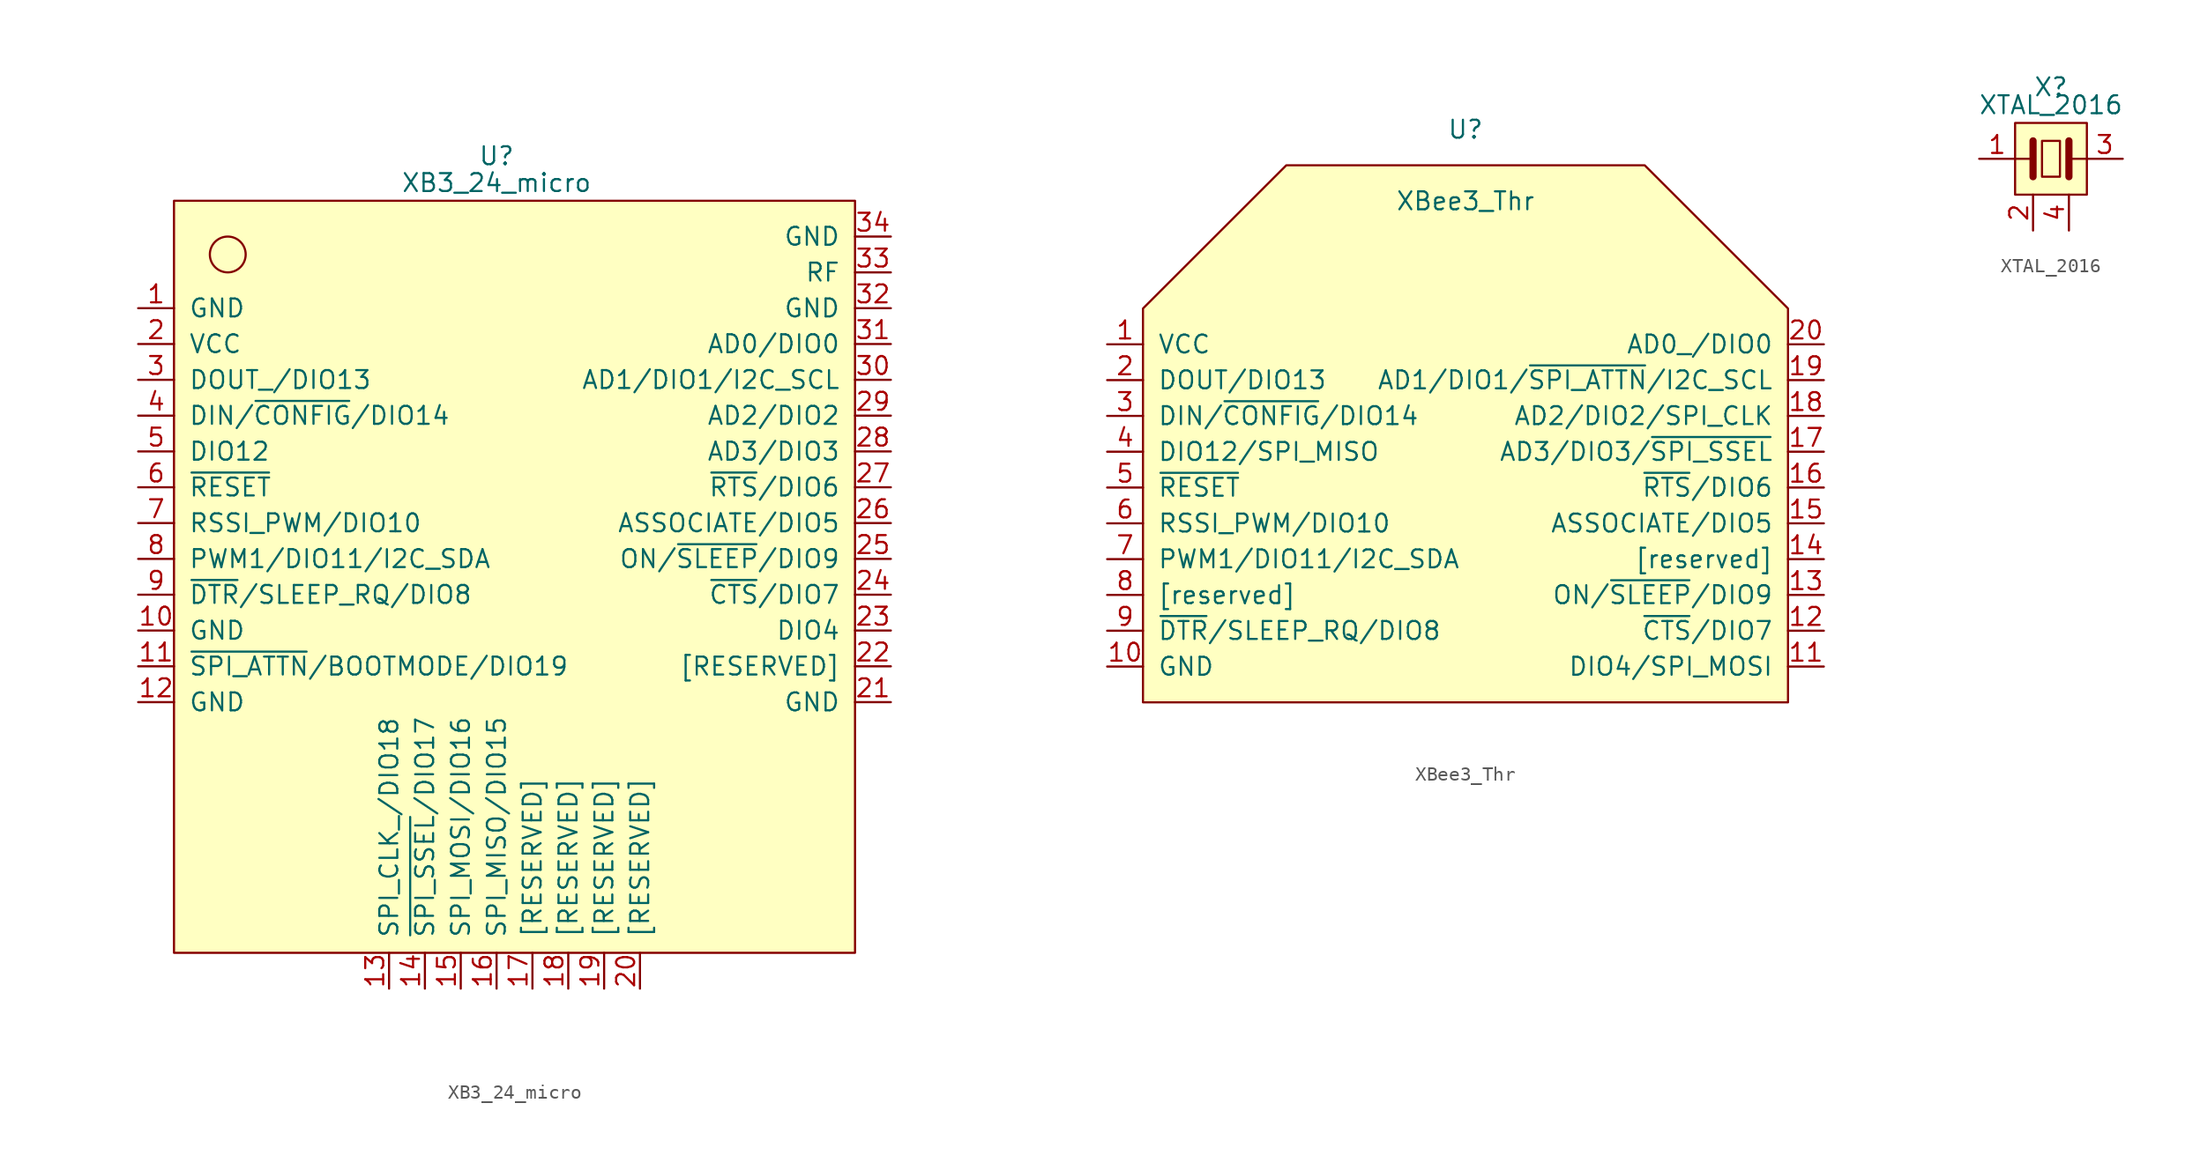
<source format=kicad_sym>
(kicad_symbol_lib
  (version 20211014)
  (generator kicad_symbol_editor)
  (symbol "XB3_24_micro"
    (pin_names
      (offset 1.016))
    (property "Reference" "U"
      (at 0 0.635 0)
      (effects (font (size 1.27 1.27))))
    (property "Value" "XB3_24_micro"
      (at 0 -1.27 0)
      (effects (font (size 1.27 1.27))))
    (symbol "XB3_24_micro_0_1"
      (rectangle (start -22.86 -2.54) (end 25.4 -55.88) (stroke (width 0) (type default) (color 0 0 0 0)) (fill (type background)))
      (circle (center -19.05 -6.35) (radius 1.27) (stroke (width 0) (type default) (color 0 0 0 0)) (fill (type none))))
    (symbol "XB3_24_micro_1_1"
      (pin input line (at -25.4 -10.16 0) (length 2.54) (name "GND" (effects (font (size 1.27 1.27)))) (number "1" (effects (font (size 1.27 1.27)))))
      (pin input line (at -25.4 -33.02 0) (length 2.54) (name "GND" (effects (font (size 1.27 1.27)))) (number "10" (effects (font (size 1.27 1.27)))))
      (pin input line (at -25.4 -35.56 0) (length 2.54) (name "~{SPI_ATTN}/BOOTMODE/DIO19" (effects (font (size 1.27 1.27)))) (number "11" (effects (font (size 1.27 1.27)))))
      (pin input line (at -25.4 -38.1 0) (length 2.54) (name "GND" (effects (font (size 1.27 1.27)))) (number "12" (effects (font (size 1.27 1.27)))))
      (pin input line (at -7.62 -58.42 90) (length 2.54) (name "SPI_CLK_/DIO18" (effects (font (size 1.27 1.27)))) (number "13" (effects (font (size 1.27 1.27)))))
      (pin input line (at -5.08 -58.42 90) (length 2.54) (name "~{SPI_SSEL}/DIO17" (effects (font (size 1.27 1.27)))) (number "14" (effects (font (size 1.27 1.27)))))
      (pin input line (at -2.54 -58.42 90) (length 2.54) (name "SPI_MOSI/DIO16" (effects (font (size 1.27 1.27)))) (number "15" (effects (font (size 1.27 1.27)))))
      (pin input line (at 0 -58.42 90) (length 2.54) (name "SPI_MISO/DIO15" (effects (font (size 1.27 1.27)))) (number "16" (effects (font (size 1.27 1.27)))))
      (pin input line (at 2.54 -58.42 90) (length 2.54) (name "[RESERVED]" (effects (font (size 1.27 1.27)))) (number "17" (effects (font (size 1.27 1.27)))))
      (pin input line (at 5.08 -58.42 90) (length 2.54) (name "[RESERVED]" (effects (font (size 1.27 1.27)))) (number "18" (effects (font (size 1.27 1.27)))))
      (pin input line (at 7.62 -58.42 90) (length 2.54) (name "[RESERVED]" (effects (font (size 1.27 1.27)))) (number "19" (effects (font (size 1.27 1.27)))))
      (pin input line (at -25.4 -12.7 0) (length 2.54) (name "VCC" (effects (font (size 1.27 1.27)))) (number "2" (effects (font (size 1.27 1.27)))))
      (pin input line (at 10.16 -58.42 90) (length 2.54) (name "[RESERVED]" (effects (font (size 1.27 1.27)))) (number "20" (effects (font (size 1.27 1.27)))))
      (pin input line (at 27.94 -38.1 180) (length 2.54) (name "GND" (effects (font (size 1.27 1.27)))) (number "21" (effects (font (size 1.27 1.27)))))
      (pin input line (at 27.94 -35.56 180) (length 2.54) (name "[RESERVED]" (effects (font (size 1.27 1.27)))) (number "22" (effects (font (size 1.27 1.27)))))
      (pin input line (at 27.94 -33.02 180) (length 2.54) (name "DIO4" (effects (font (size 1.27 1.27)))) (number "23" (effects (font (size 1.27 1.27)))))
      (pin input line (at 27.94 -30.48 180) (length 2.54) (name "~{CTS}/DIO7" (effects (font (size 1.27 1.27)))) (number "24" (effects (font (size 1.27 1.27)))))
      (pin input line (at 27.94 -27.94 180) (length 2.54) (name "ON/~{SLEEP}/DIO9" (effects (font (size 1.27 1.27)))) (number "25" (effects (font (size 1.27 1.27)))))
      (pin input line (at 27.94 -25.4 180) (length 2.54) (name "ASSOCIATE/DIO5" (effects (font (size 1.27 1.27)))) (number "26" (effects (font (size 1.27 1.27)))))
      (pin input line (at 27.94 -22.86 180) (length 2.54) (name "~{RTS}/DIO6" (effects (font (size 1.27 1.27)))) (number "27" (effects (font (size 1.27 1.27)))))
      (pin input line (at 27.94 -20.32 180) (length 2.54) (name "AD3/DIO3" (effects (font (size 1.27 1.27)))) (number "28" (effects (font (size 1.27 1.27)))))
      (pin input line (at 27.94 -17.78 180) (length 2.54) (name "AD2/DIO2" (effects (font (size 1.27 1.27)))) (number "29" (effects (font (size 1.27 1.27)))))
      (pin input line (at -25.4 -15.24 0) (length 2.54) (name "DOUT_/DIO13" (effects (font (size 1.27 1.27)))) (number "3" (effects (font (size 1.27 1.27)))))
      (pin input line (at 27.94 -15.24 180) (length 2.54) (name "AD1/DIO1/I2C_SCL" (effects (font (size 1.27 1.27)))) (number "30" (effects (font (size 1.27 1.27)))))
      (pin input line (at 27.94 -12.7 180) (length 2.54) (name "AD0/DIO0" (effects (font (size 1.27 1.27)))) (number "31" (effects (font (size 1.27 1.27)))))
      (pin input line (at 27.94 -10.16 180) (length 2.54) (name "GND" (effects (font (size 1.27 1.27)))) (number "32" (effects (font (size 1.27 1.27)))))
      (pin input line (at 27.94 -7.62 180) (length 2.54) (name "RF" (effects (font (size 1.27 1.27)))) (number "33" (effects (font (size 1.27 1.27)))))
      (pin input line (at 27.94 -5.08 180) (length 2.54) (name "GND" (effects (font (size 1.27 1.27)))) (number "34" (effects (font (size 1.27 1.27)))))
      (pin input line (at -25.4 -17.78 0) (length 2.54) (name "DIN/~{CONFIG}/DIO14" (effects (font (size 1.27 1.27)))) (number "4" (effects (font (size 1.27 1.27)))))
      (pin input line (at -25.4 -20.32 0) (length 2.54) (name "DIO12" (effects (font (size 1.27 1.27)))) (number "5" (effects (font (size 1.27 1.27)))))
      (pin input line (at -25.4 -22.86 0) (length 2.54) (name "~{RESET}" (effects (font (size 1.27 1.27)))) (number "6" (effects (font (size 1.27 1.27)))))
      (pin input line (at -25.4 -25.4 0) (length 2.54) (name "RSSI_PWM/DIO10" (effects (font (size 1.27 1.27)))) (number "7" (effects (font (size 1.27 1.27)))))
      (pin input line (at -25.4 -27.94 0) (length 2.54) (name "PWM1/DIO11/I2C_SDA" (effects (font (size 1.27 1.27)))) (number "8" (effects (font (size 1.27 1.27)))))
      (pin input line (at -25.4 -30.48 0) (length 2.54) (name "~{DTR}/SLEEP_RQ/DIO8" (effects (font (size 1.27 1.27)))) (number "9" (effects (font (size 1.27 1.27)))))))
  (symbol "XBee3_Thr"
    (pin_names
      (offset 1.016))
    (property "Reference" "U"
      (at 0 0 0)
      (effects (font (size 1.27 1.27))))
    (property "Value" "XBee3_Thr"
      (at 0 -5.08 0)
      (effects (font (size 1.27 1.27))))
    (symbol "XBee3_Thr_0_1"
      (polyline (pts (xy -12.7 -2.54) (xy 12.7 -2.54) (xy 22.86 -12.7) (xy 22.86 -40.64) (xy 0 -40.64) (xy -22.86 -40.64) (xy -22.86 -12.7) (xy -12.7 -2.54)) (stroke (width 0) (type default) (color 0 0 0 0)) (fill (type background))))
    (symbol "XBee3_Thr_1_1"
      (pin input line (at -25.4 -15.24 0) (length 2.54) (name "VCC" (effects (font (size 1.27 1.27)))) (number "1" (effects (font (size 1.27 1.27)))))
      (pin input line (at -25.4 -38.1 0) (length 2.54) (name "GND" (effects (font (size 1.27 1.27)))) (number "10" (effects (font (size 1.27 1.27)))))
      (pin input line (at 25.4 -38.1 180) (length 2.54) (name "DIO4/SPI_MOSI" (effects (font (size 1.27 1.27)))) (number "11" (effects (font (size 1.27 1.27)))))
      (pin input line (at 25.4 -35.56 180) (length 2.54) (name "~{CTS}/DIO7" (effects (font (size 1.27 1.27)))) (number "12" (effects (font (size 1.27 1.27)))))
      (pin input line (at 25.4 -33.02 180) (length 2.54) (name "ON/~{SLEEP}/DIO9" (effects (font (size 1.27 1.27)))) (number "13" (effects (font (size 1.27 1.27)))))
      (pin input line (at 25.4 -30.48 180) (length 2.54) (name "[reserved]" (effects (font (size 1.27 1.27)))) (number "14" (effects (font (size 1.27 1.27)))))
      (pin input line (at 25.4 -27.94 180) (length 2.54) (name "ASSOCIATE/DIO5" (effects (font (size 1.27 1.27)))) (number "15" (effects (font (size 1.27 1.27)))))
      (pin input line (at 25.4 -25.4 180) (length 2.54) (name "~{RTS}/DIO6" (effects (font (size 1.27 1.27)))) (number "16" (effects (font (size 1.27 1.27)))))
      (pin input line (at 25.4 -22.86 180) (length 2.54) (name "AD3/DIO3/~{SPI_SSEL}" (effects (font (size 1.27 1.27)))) (number "17" (effects (font (size 1.27 1.27)))))
      (pin input line (at 25.4 -20.32 180) (length 2.54) (name "AD2/DIO2/SPI_CLK" (effects (font (size 1.27 1.27)))) (number "18" (effects (font (size 1.27 1.27)))))
      (pin input line (at 25.4 -17.78 180) (length 2.54) (name "AD1/DIO1/~{SPI_ATTN}/I2C_SCL" (effects (font (size 1.27 1.27)))) (number "19" (effects (font (size 1.27 1.27)))))
      (pin input line (at -25.4 -17.78 0) (length 2.54) (name "DOUT/DIO13" (effects (font (size 1.27 1.27)))) (number "2" (effects (font (size 1.27 1.27)))))
      (pin input line (at 25.4 -15.24 180) (length 2.54) (name "AD0_/DIO0" (effects (font (size 1.27 1.27)))) (number "20" (effects (font (size 1.27 1.27)))))
      (pin input line (at -25.4 -20.32 0) (length 2.54) (name "DIN/~{CONFIG}/DIO14" (effects (font (size 1.27 1.27)))) (number "3" (effects (font (size 1.27 1.27)))))
      (pin input line (at -25.4 -22.86 0) (length 2.54) (name "DIO12/SPI_MISO" (effects (font (size 1.27 1.27)))) (number "4" (effects (font (size 1.27 1.27)))))
      (pin input line (at -25.4 -25.4 0) (length 2.54) (name "~{RESET}" (effects (font (size 1.27 1.27)))) (number "5" (effects (font (size 1.27 1.27)))))
      (pin input line (at -25.4 -27.94 0) (length 2.54) (name "RSSI_PWM/DIO10" (effects (font (size 1.27 1.27)))) (number "6" (effects (font (size 1.27 1.27)))))
      (pin input line (at -25.4 -30.48 0) (length 2.54) (name "PWM1/DIO11/I2C_SDA" (effects (font (size 1.27 1.27)))) (number "7" (effects (font (size 1.27 1.27)))))
      (pin input line (at -25.4 -33.02 0) (length 2.54) (name "[reserved]" (effects (font (size 1.27 1.27)))) (number "8" (effects (font (size 1.27 1.27)))))
      (pin input line (at -25.4 -35.56 0) (length 2.54) (name "~{DTR}/SLEEP_RQ/DIO8" (effects (font (size 1.27 1.27)))) (number "9" (effects (font (size 1.27 1.27)))))))
  (symbol "XTAL_2016"
    (pin_names
      (offset 1.016))
    (property "Reference" "X"
      (at 0 1.27 0)
      (effects (font (size 1.27 1.27))))
    (property "Value" "XTAL_2016"
      (at 0 0 0)
      (effects (font (size 1.27 1.27))))
    (symbol "XTAL_2016_0_1"
      (rectangle (start -2.54 -1.27) (end 2.54 -6.35) (stroke (width 0.152) (type default) (color 0 0 0 0)) (fill (type background)))
      (rectangle (start -0.635 -2.54) (end 0.635 -5.08) (stroke (width 0) (type default) (color 0 0 0 0)) (fill (type none)))
      (polyline (pts (xy -2.54 -3.81) (xy -1.27 -3.81)) (stroke (width 0.152) (type default) (color 0 0 0 0)) (fill (type none)))
      (polyline (pts (xy -1.27 -5.08) (xy -1.27 -2.54)) (stroke (width 0.508) (type default) (color 0 0 0 0)) (fill (type none)))
      (polyline (pts (xy 1.27 -2.54) (xy 1.27 -5.08)) (stroke (width 0.508) (type default) (color 0 0 0 0)) (fill (type none)))
      (polyline (pts (xy 2.54 -3.81) (xy 1.27 -3.81)) (stroke (width 0.152) (type default) (color 0 0 0 0)) (fill (type none))))
    (symbol "XTAL_2016_1_1"
      (pin power_in line (at -5.08 -3.81 0) (length 2.54) (name "~" (effects (font (size 1.27 1.27)))) (number "1" (effects (font (size 1.27 1.27)))))
      (pin power_in line (at -1.27 -8.89 90) (length 2.54) (name "~" (effects (font (size 1.27 1.27)))) (number "2" (effects (font (size 1.27 1.27)))))
      (pin power_in line (at 5.08 -3.81 180) (length 2.54) (name "~" (effects (font (size 1.27 1.27)))) (number "3" (effects (font (size 1.27 1.27)))))
      (pin power_in line (at 1.27 -8.89 90) (length 2.54) (name "~" (effects (font (size 1.27 1.27)))) (number "4" (effects (font (size 1.27 1.27))))))))
</source>
